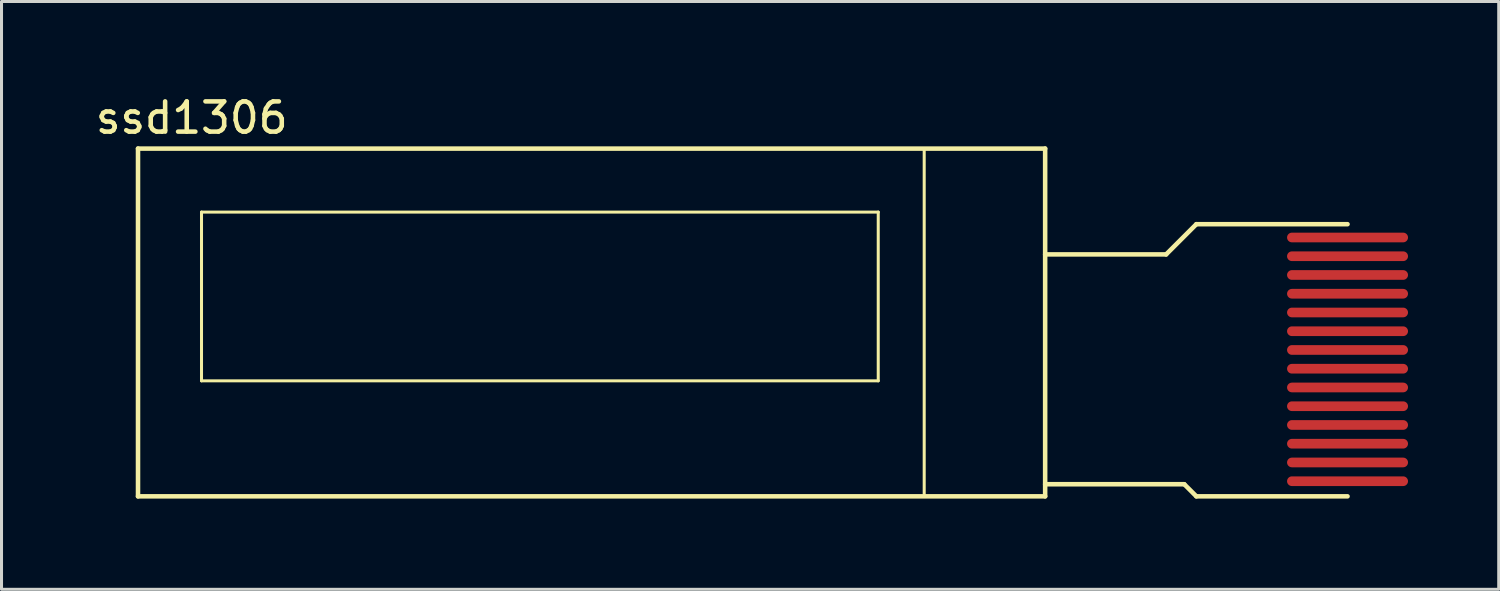
<source format=kicad_pcb>
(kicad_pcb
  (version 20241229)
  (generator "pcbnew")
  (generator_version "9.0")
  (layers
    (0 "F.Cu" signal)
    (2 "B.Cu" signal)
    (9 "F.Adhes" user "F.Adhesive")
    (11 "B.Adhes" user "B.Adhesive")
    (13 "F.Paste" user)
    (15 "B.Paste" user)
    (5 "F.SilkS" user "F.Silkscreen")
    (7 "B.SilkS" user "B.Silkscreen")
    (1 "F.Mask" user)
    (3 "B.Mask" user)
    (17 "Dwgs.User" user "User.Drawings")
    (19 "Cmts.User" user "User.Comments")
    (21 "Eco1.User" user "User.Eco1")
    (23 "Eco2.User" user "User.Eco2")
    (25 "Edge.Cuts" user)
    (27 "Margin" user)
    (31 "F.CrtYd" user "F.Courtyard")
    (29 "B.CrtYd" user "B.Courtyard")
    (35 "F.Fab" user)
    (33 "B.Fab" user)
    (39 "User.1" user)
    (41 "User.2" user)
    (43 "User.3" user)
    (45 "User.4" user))
  (footprint "ssd1306"
    (layer "F.Cu")
    (at 1.514 1.864)
    (property "Reference" "ssd1306" (at 1.778 -1.016 0) (layer "F.SilkS") (effects (font (size 1 1) (thickness 0.15))))
    (attr through_hole)
    (fp_line (start 0 0) (end 30 0) (stroke (width 0.15) (type solid)) (layer "F.SilkS"))
    (fp_line (start 0 11.5) (end 0 0) (stroke (width 0.15) (type solid)) (layer "F.SilkS"))
    (fp_line (start 0 11.5) (end 30 11.5) (stroke (width 0.15) (type solid)) (layer "F.SilkS"))
    (fp_line (start 2.1 2.1) (end 2.1 7.68) (stroke (width 0.1) (type solid)) (layer "F.SilkS"))
    (fp_line (start 2.1 2.1) (end 24.48 2.1) (stroke (width 0.1) (type solid)) (layer "F.SilkS"))
    (fp_line (start 2.1 7.68) (end 24.48 7.68) (stroke (width 0.1) (type solid)) (layer "F.SilkS"))
    (fp_line (start 24.48 2.1) (end 24.48 7.68) (stroke (width 0.1) (type solid)) (layer "F.SilkS"))
    (fp_line (start 26 0) (end 26 11.5) (stroke (width 0.1) (type solid)) (layer "F.SilkS"))
    (fp_line (start 30 0) (end 30 11.5) (stroke (width 0.15) (type solid)) (layer "F.SilkS"))
    (fp_line (start 34 3.5) (end 30 3.5) (stroke (width 0.15) (type solid)) (layer "F.SilkS"))
    (fp_line (start 34.6 11.1) (end 30 11.1) (stroke (width 0.15) (type solid)) (layer "F.SilkS"))
    (fp_line (start 35 2.5) (end 34 3.5) (stroke (width 0.15) (type solid)) (layer "F.SilkS"))
    (fp_line (start 35 11.5) (end 34.6 11.1) (stroke (width 0.15) (type solid)) (layer "F.SilkS"))
    (fp_line (start 40 2.5) (end 35 2.5) (stroke (width 0.15) (type solid)) (layer "F.SilkS"))
    (fp_line (start 40 11.5) (end 35 11.5) (stroke (width 0.15) (type solid)) (layer "F.SilkS"))
    (pad "1" smd oval (at 40 11) (size 4 0.32) (layers "F.Cu" "F.Mask" "F.Paste"))
    (pad "2" smd oval (at 40 10.38) (size 4 0.32) (layers "F.Cu" "F.Mask" "F.Paste"))
    (pad "3" smd oval (at 40 9.76) (size 4 0.32) (layers "F.Cu" "F.Mask" "F.Paste"))
    (pad "4" smd oval (at 40 9.14) (size 4 0.32) (layers "F.Cu" "F.Mask" "F.Paste"))
    (pad "5" smd oval (at 40 8.52) (size 4 0.32) (layers "F.Cu" "F.Mask" "F.Paste"))
    (pad "6" smd oval (at 40 7.9) (size 4 0.32) (layers "F.Cu" "F.Mask" "F.Paste"))
    (pad "7" smd oval (at 40 7.28) (size 4 0.32) (layers "F.Cu" "F.Mask" "F.Paste"))
    (pad "8" smd oval (at 40 6.66) (size 4 0.32) (layers "F.Cu" "F.Mask" "F.Paste"))
    (pad "9" smd oval (at 40 6.04) (size 4 0.32) (layers "F.Cu" "F.Mask" "F.Paste"))
    (pad "10" smd oval (at 40 5.42) (size 4 0.32) (layers "F.Cu" "F.Mask" "F.Paste"))
    (pad "11" smd oval (at 40 4.8) (size 4 0.32) (layers "F.Cu" "F.Mask" "F.Paste"))
    (pad "12" smd oval (at 40 4.18) (size 4 0.32) (layers "F.Cu" "F.Mask" "F.Paste"))
    (pad "13" smd oval (at 40 3.56) (size 4 0.32) (layers "F.Cu" "F.Mask" "F.Paste"))
    (pad "14" smd oval (at 40 2.94) (size 4 0.32) (layers "F.Cu" "F.Mask" "F.Paste")))
  (gr_rect
    (start -3 -3)
    (end 46.514 16.439)
    (stroke (width 0.1) (type default))
    (fill no)
    (layer "Edge.Cuts")))
</source>
